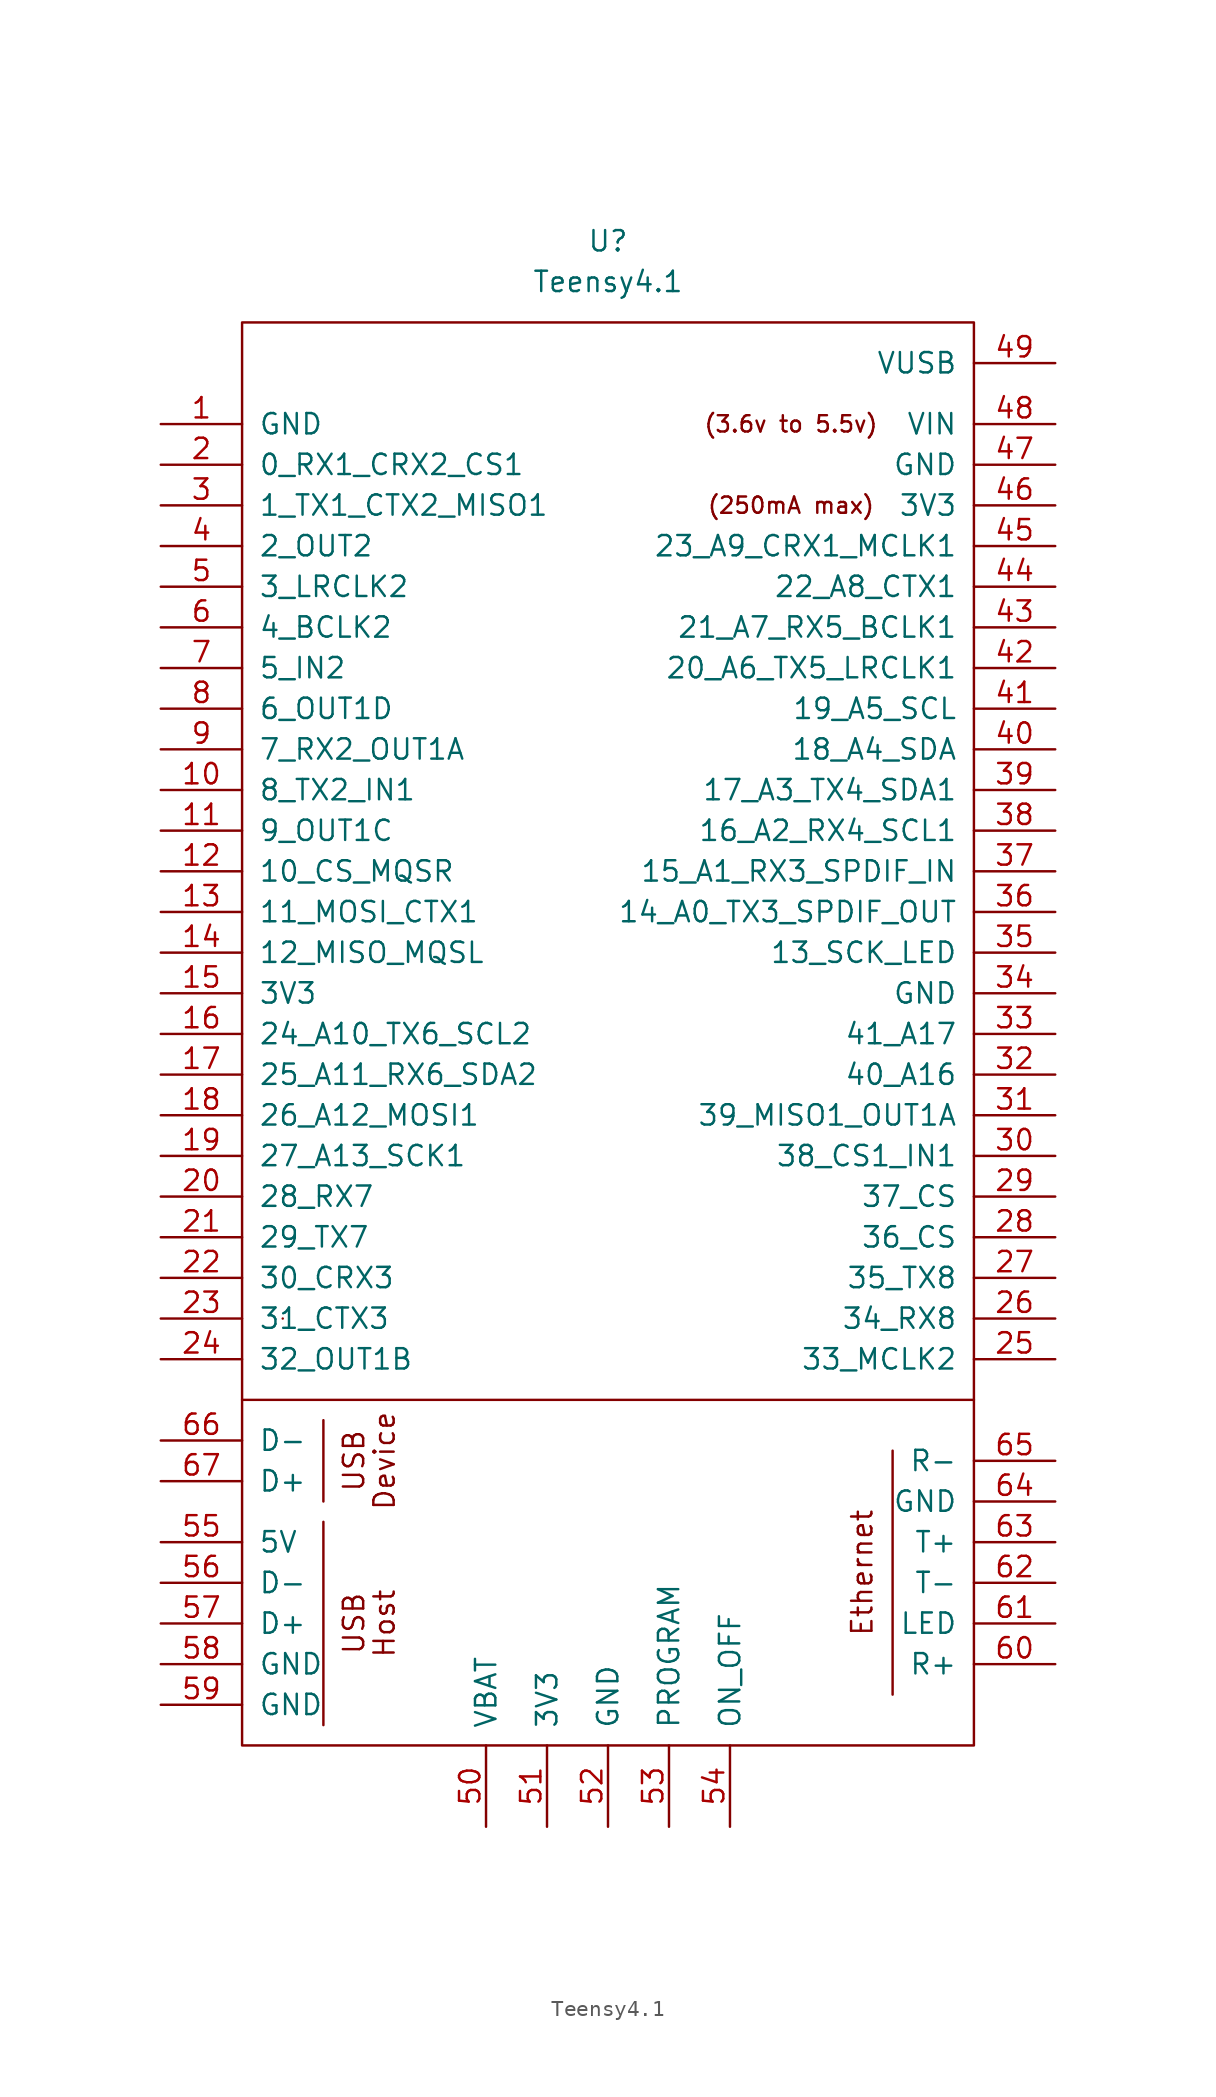
<source format=kicad_sym>
(kicad_symbol_lib
  (version 20220328)
  (generator kicad_symbol_editor)
  (symbol "Teensy4.1"
    (pin_names
      (offset 1.016))
    (property "Reference" "U"
      (at 0 66.04 0)
      (effects (font (size 1.27 1.27))))
    (property "Value" "Teensy4.1"
      (at 0 63.5 0)
      (effects (font (size 1.27 1.27))))
    (symbol "Teensy4.1_0_0"
      (polyline (pts (xy -22.86 -6.35) (xy 22.86 -6.35)) (stroke (width 0) (type solid)) (fill (type none)))
      (polyline (pts (xy -17.78 -26.67) (xy -17.78 -13.97)) (stroke (width 0) (type solid)) (fill (type none)))
      (polyline (pts (xy -17.78 -7.62) (xy -17.78 -12.7)) (stroke (width 0) (type solid)) (fill (type none)))
      (polyline (pts (xy 17.78 -9.525) (xy 17.78 -24.765)) (stroke (width 0) (type solid)) (fill (type none)))
      (text "(250mA max)" (at 11.43 49.53 0) (effects (font (size 1.016 1.016))))
      (text "(3.6v to 5.5v)" (at 11.43 54.61 0) (effects (font (size 1.016 1.016))))
      (text "Device" (at -13.97 -10.16 900) (effects (font (size 1.27 1.27))))
      (text "Ethernet" (at 15.875 -17.145 900) (effects (font (size 1.27 1.27))))
      (text "Host" (at -13.97 -20.32 900) (effects (font (size 1.27 1.27))))
      (text "USB" (at -15.875 -20.32 900) (effects (font (size 1.27 1.27))))
      (text "USB" (at -15.875 -10.16 900) (effects (font (size 1.27 1.27))))
      (pin bidirectional line (at -27.94 31.75 0) (length 5.08) (name "8_TX2_IN1" (effects (font (size 1.27 1.27)))) (number "10" (effects (font (size 1.27 1.27)))))
      (pin bidirectional line (at -27.94 29.21 0) (length 5.08) (name "9_OUT1C" (effects (font (size 1.27 1.27)))) (number "11" (effects (font (size 1.27 1.27)))))
      (pin bidirectional line (at -27.94 26.67 0) (length 5.08) (name "10_CS_MQSR" (effects (font (size 1.27 1.27)))) (number "12" (effects (font (size 1.27 1.27)))))
      (pin bidirectional line (at -27.94 24.13 0) (length 5.08) (name "11_MOSI_CTX1" (effects (font (size 1.27 1.27)))) (number "13" (effects (font (size 1.27 1.27)))))
      (pin bidirectional line (at -27.94 21.59 0) (length 5.08) (name "12_MISO_MQSL" (effects (font (size 1.27 1.27)))) (number "14" (effects (font (size 1.27 1.27)))))
      (pin power_in line (at -27.94 19.05 0) (length 5.08) (name "3V3" (effects (font (size 1.27 1.27)))) (number "15" (effects (font (size 1.27 1.27)))))
      (pin bidirectional line (at -27.94 16.51 0) (length 5.08) (name "24_A10_TX6_SCL2" (effects (font (size 1.27 1.27)))) (number "16" (effects (font (size 1.27 1.27)))))
      (pin bidirectional line (at -27.94 13.97 0) (length 5.08) (name "25_A11_RX6_SDA2" (effects (font (size 1.27 1.27)))) (number "17" (effects (font (size 1.27 1.27)))))
      (pin bidirectional line (at -27.94 11.43 0) (length 5.08) (name "26_A12_MOSI1" (effects (font (size 1.27 1.27)))) (number "18" (effects (font (size 1.27 1.27)))))
      (pin bidirectional line (at -27.94 8.89 0) (length 5.08) (name "27_A13_SCK1" (effects (font (size 1.27 1.27)))) (number "19" (effects (font (size 1.27 1.27)))))
      (pin bidirectional line (at -27.94 6.35 0) (length 5.08) (name "28_RX7" (effects (font (size 1.27 1.27)))) (number "20" (effects (font (size 1.27 1.27)))))
      (pin bidirectional line (at -27.94 3.81 0) (length 5.08) (name "29_TX7" (effects (font (size 1.27 1.27)))) (number "21" (effects (font (size 1.27 1.27)))))
      (pin bidirectional line (at -27.94 1.27 0) (length 5.08) (name "30_CRX3" (effects (font (size 1.27 1.27)))) (number "22" (effects (font (size 1.27 1.27)))))
      (pin bidirectional line (at -27.94 -1.27 0) (length 5.08) (name "31_CTX3" (effects (font (size 1.27 1.27)))) (number "23" (effects (font (size 1.27 1.27)))))
      (pin bidirectional line (at -27.94 -3.81 0) (length 5.08) (name "32_OUT1B" (effects (font (size 1.27 1.27)))) (number "24" (effects (font (size 1.27 1.27)))))
      (pin bidirectional line (at 27.94 -3.81 180) (length 5.08) (name "33_MCLK2" (effects (font (size 1.27 1.27)))) (number "25" (effects (font (size 1.27 1.27)))))
      (pin bidirectional line (at 27.94 -1.27 180) (length 5.08) (name "34_RX8" (effects (font (size 1.27 1.27)))) (number "26" (effects (font (size 1.27 1.27)))))
      (pin bidirectional line (at 27.94 1.27 180) (length 5.08) (name "35_TX8" (effects (font (size 1.27 1.27)))) (number "27" (effects (font (size 1.27 1.27)))))
      (pin bidirectional line (at 27.94 3.81 180) (length 5.08) (name "36_CS" (effects (font (size 1.27 1.27)))) (number "28" (effects (font (size 1.27 1.27)))))
      (pin bidirectional line (at 27.94 6.35 180) (length 5.08) (name "37_CS" (effects (font (size 1.27 1.27)))) (number "29" (effects (font (size 1.27 1.27)))))
      (pin bidirectional line (at 27.94 8.89 180) (length 5.08) (name "38_CS1_IN1" (effects (font (size 1.27 1.27)))) (number "30" (effects (font (size 1.27 1.27)))))
      (pin bidirectional line (at 27.94 11.43 180) (length 5.08) (name "39_MISO1_OUT1A" (effects (font (size 1.27 1.27)))) (number "31" (effects (font (size 1.27 1.27)))))
      (pin bidirectional line (at 27.94 13.97 180) (length 5.08) (name "40_A16" (effects (font (size 1.27 1.27)))) (number "32" (effects (font (size 1.27 1.27)))))
      (pin bidirectional line (at 27.94 16.51 180) (length 5.08) (name "41_A17" (effects (font (size 1.27 1.27)))) (number "33" (effects (font (size 1.27 1.27)))))
      (pin bidirectional line (at 27.94 21.59 180) (length 5.08) (name "13_SCK_LED" (effects (font (size 1.27 1.27)))) (number "35" (effects (font (size 1.27 1.27)))))
      (pin bidirectional line (at 27.94 24.13 180) (length 5.08) (name "14_A0_TX3_SPDIF_OUT" (effects (font (size 1.27 1.27)))) (number "36" (effects (font (size 1.27 1.27)))))
      (pin bidirectional line (at 27.94 26.67 180) (length 5.08) (name "15_A1_RX3_SPDIF_IN" (effects (font (size 1.27 1.27)))) (number "37" (effects (font (size 1.27 1.27)))))
      (pin bidirectional line (at 27.94 29.21 180) (length 5.08) (name "16_A2_RX4_SCL1" (effects (font (size 1.27 1.27)))) (number "38" (effects (font (size 1.27 1.27)))))
      (pin bidirectional line (at 27.94 31.75 180) (length 5.08) (name "17_A3_TX4_SDA1" (effects (font (size 1.27 1.27)))) (number "39" (effects (font (size 1.27 1.27)))))
      (pin bidirectional line (at 27.94 34.29 180) (length 5.08) (name "18_A4_SDA" (effects (font (size 1.27 1.27)))) (number "40" (effects (font (size 1.27 1.27)))))
      (pin bidirectional line (at 27.94 36.83 180) (length 5.08) (name "19_A5_SCL" (effects (font (size 1.27 1.27)))) (number "41" (effects (font (size 1.27 1.27)))))
      (pin bidirectional line (at 27.94 39.37 180) (length 5.08) (name "20_A6_TX5_LRCLK1" (effects (font (size 1.27 1.27)))) (number "42" (effects (font (size 1.27 1.27)))))
      (pin bidirectional line (at 27.94 41.91 180) (length 5.08) (name "21_A7_RX5_BCLK1" (effects (font (size 1.27 1.27)))) (number "43" (effects (font (size 1.27 1.27)))))
      (pin bidirectional line (at 27.94 44.45 180) (length 5.08) (name "22_A8_CTX1" (effects (font (size 1.27 1.27)))) (number "44" (effects (font (size 1.27 1.27)))))
      (pin bidirectional line (at 27.94 46.99 180) (length 5.08) (name "23_A9_CRX1_MCLK1" (effects (font (size 1.27 1.27)))) (number "45" (effects (font (size 1.27 1.27)))))
      (pin output line (at 27.94 49.53 180) (length 5.08) (name "3V3" (effects (font (size 1.27 1.27)))) (number "46" (effects (font (size 1.27 1.27)))))
      (pin output line (at 27.94 52.07 180) (length 5.08) (name "GND" (effects (font (size 1.27 1.27)))) (number "47" (effects (font (size 1.27 1.27)))))
      (pin power_in line (at 27.94 54.61 180) (length 5.08) (name "VIN" (effects (font (size 1.27 1.27)))) (number "48" (effects (font (size 1.27 1.27)))))
      (pin power_out line (at 27.94 58.42 180) (length 5.08) (name "VUSB" (effects (font (size 1.27 1.27)))) (number "49" (effects (font (size 1.27 1.27)))))
      (pin bidirectional line (at -27.94 44.45 0) (length 5.08) (name "3_LRCLK2" (effects (font (size 1.27 1.27)))) (number "5" (effects (font (size 1.27 1.27)))))
      (pin power_in line (at -7.62 -33.02 90) (length 5.08) (name "VBAT" (effects (font (size 1.27 1.27)))) (number "50" (effects (font (size 1.27 1.27)))))
      (pin power_in line (at -3.81 -33.02 90) (length 5.08) (name "3V3" (effects (font (size 1.27 1.27)))) (number "51" (effects (font (size 1.27 1.27)))))
      (pin input line (at 0 -33.02 90) (length 5.08) (name "GND" (effects (font (size 1.27 1.27)))) (number "52" (effects (font (size 1.27 1.27)))))
      (pin input line (at 3.81 -33.02 90) (length 5.08) (name "PROGRAM" (effects (font (size 1.27 1.27)))) (number "53" (effects (font (size 1.27 1.27)))))
      (pin input line (at 7.62 -33.02 90) (length 5.08) (name "ON_OFF" (effects (font (size 1.27 1.27)))) (number "54" (effects (font (size 1.27 1.27)))))
      (pin power_out line (at -27.94 -15.24 0) (length 5.08) (name "5V" (effects (font (size 1.27 1.27)))) (number "55" (effects (font (size 1.27 1.27)))))
      (pin bidirectional line (at -27.94 -17.78 0) (length 5.08) (name "D-" (effects (font (size 1.27 1.27)))) (number "56" (effects (font (size 1.27 1.27)))))
      (pin bidirectional line (at -27.94 -20.32 0) (length 5.08) (name "D+" (effects (font (size 1.27 1.27)))) (number "57" (effects (font (size 1.27 1.27)))))
      (pin power_in line (at -27.94 -22.86 0) (length 5.08) (name "GND" (effects (font (size 1.27 1.27)))) (number "58" (effects (font (size 1.27 1.27)))))
      (pin power_in line (at -27.94 -25.4 0) (length 5.08) (name "GND" (effects (font (size 1.27 1.27)))) (number "59" (effects (font (size 1.27 1.27)))))
      (pin bidirectional line (at -27.94 41.91 0) (length 5.08) (name "4_BCLK2" (effects (font (size 1.27 1.27)))) (number "6" (effects (font (size 1.27 1.27)))))
      (pin bidirectional line (at 27.94 -22.86 180) (length 5.08) (name "R+" (effects (font (size 1.27 1.27)))) (number "60" (effects (font (size 1.27 1.27)))))
      (pin bidirectional line (at 27.94 -20.32 180) (length 5.08) (name "LED" (effects (font (size 1.27 1.27)))) (number "61" (effects (font (size 1.27 1.27)))))
      (pin bidirectional line (at 27.94 -17.78 180) (length 5.08) (name "T-" (effects (font (size 1.27 1.27)))) (number "62" (effects (font (size 1.27 1.27)))))
      (pin bidirectional line (at 27.94 -15.24 180) (length 5.08) (name "T+" (effects (font (size 1.27 1.27)))) (number "63" (effects (font (size 1.27 1.27)))))
      (pin power_in line (at 27.94 -12.7 180) (length 5.08) (name "GND" (effects (font (size 1.27 1.27)))) (number "64" (effects (font (size 1.27 1.27)))))
      (pin bidirectional line (at 27.94 -10.16 180) (length 5.08) (name "R-" (effects (font (size 1.27 1.27)))) (number "65" (effects (font (size 1.27 1.27)))))
      (pin bidirectional line (at -27.94 -8.89 0) (length 5.08) (name "D-" (effects (font (size 1.27 1.27)))) (number "66" (effects (font (size 1.27 1.27)))))
      (pin bidirectional line (at -27.94 -11.43 0) (length 5.08) (name "D+" (effects (font (size 1.27 1.27)))) (number "67" (effects (font (size 1.27 1.27)))))
      (pin bidirectional line (at -27.94 39.37 0) (length 5.08) (name "5_IN2" (effects (font (size 1.27 1.27)))) (number "7" (effects (font (size 1.27 1.27)))))
      (pin bidirectional line (at -27.94 36.83 0) (length 5.08) (name "6_OUT1D" (effects (font (size 1.27 1.27)))) (number "8" (effects (font (size 1.27 1.27)))))
      (pin bidirectional line (at -27.94 34.29 0) (length 5.08) (name "7_RX2_OUT1A" (effects (font (size 1.27 1.27)))) (number "9" (effects (font (size 1.27 1.27))))))
    (symbol "Teensy4.1_0_1"
      (rectangle (start -22.86 60.96) (end 22.86 -27.94) (stroke (width 0) (type solid)) (fill (type none)))
      (rectangle (start -20.32 -1.27) (end -20.32 -1.27) (stroke (width 0) (type solid)) (fill (type none))))
    (symbol "Teensy4.1_1_1"
      (pin power_in line (at -27.94 54.61 0) (length 5.08) (name "GND" (effects (font (size 1.27 1.27)))) (number "1" (effects (font (size 1.27 1.27)))))
      (pin bidirectional line (at -27.94 52.07 0) (length 5.08) (name "0_RX1_CRX2_CS1" (effects (font (size 1.27 1.27)))) (number "2" (effects (font (size 1.27 1.27)))))
      (pin bidirectional line (at -27.94 49.53 0) (length 5.08) (name "1_TX1_CTX2_MISO1" (effects (font (size 1.27 1.27)))) (number "3" (effects (font (size 1.27 1.27)))))
      (pin power_in line (at 27.94 19.05 180) (length 5.08) (name "GND" (effects (font (size 1.27 1.27)))) (number "34" (effects (font (size 1.27 1.27)))))
      (pin bidirectional line (at -27.94 46.99 0) (length 5.08) (name "2_OUT2" (effects (font (size 1.27 1.27)))) (number "4" (effects (font (size 1.27 1.27))))))))
</source>
